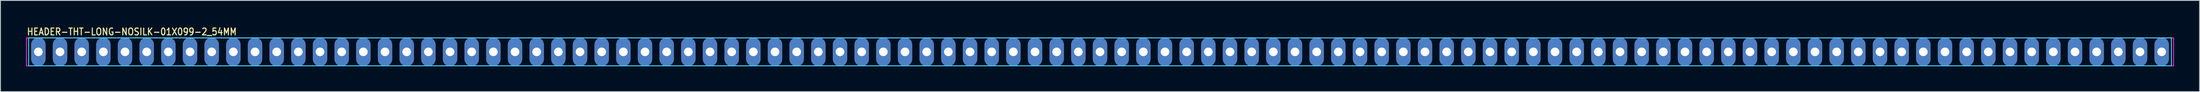
<source format=kicad_pcb>
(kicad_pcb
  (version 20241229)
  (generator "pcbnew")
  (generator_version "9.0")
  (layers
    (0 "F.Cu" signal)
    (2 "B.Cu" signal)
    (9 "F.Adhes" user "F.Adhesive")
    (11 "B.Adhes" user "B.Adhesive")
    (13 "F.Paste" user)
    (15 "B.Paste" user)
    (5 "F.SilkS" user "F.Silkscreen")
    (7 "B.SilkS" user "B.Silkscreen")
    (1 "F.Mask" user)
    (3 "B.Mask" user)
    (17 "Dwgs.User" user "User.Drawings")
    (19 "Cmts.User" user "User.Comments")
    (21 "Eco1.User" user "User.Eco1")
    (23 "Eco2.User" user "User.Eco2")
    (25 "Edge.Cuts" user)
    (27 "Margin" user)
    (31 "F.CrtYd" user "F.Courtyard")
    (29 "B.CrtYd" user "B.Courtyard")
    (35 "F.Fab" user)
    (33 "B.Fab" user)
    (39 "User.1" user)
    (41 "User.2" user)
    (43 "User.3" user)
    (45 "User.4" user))
  (footprint "HEADER-THT-LONG-NOSILK-01X099-2_54MM"
    (layer "F.Cu")
    (at 1.447 3.079)
    (property "Reference" "HEADER-THT-LONG-NOSILK-01X099-2_54MM" (at -1.4 -1.9 0) (unlocked yes) (layer "F.SilkS") (effects (font (size 0.813 0.695) (thickness 0.122)) (justify left bottom)))
    (fp_poly (pts (xy -1.143 -1.651) (xy 250.063 -1.651) (xy 250.063 1.651) (xy -1.143 1.651)) (stroke (width 0.1) (type solid)) (fill no) (layer "B.CrtYd"))
    (fp_poly (pts (xy -1.397 -1.651) (xy 250.317 -1.651) (xy 250.317 1.651) (xy -1.397 1.651)) (stroke (width 0.1) (type solid)) (fill no) (layer "F.CrtYd"))
    (pad "1" thru_hole oval (at 0 0 90) (size 3.387 1.693) (drill 1.016) (layers "*.Cu" "*.Mask"))
    (pad "2" thru_hole oval (at 2.54 0 90) (size 3.387 1.693) (drill 1.016) (layers "*.Cu" "*.Mask"))
    (pad "3" thru_hole oval (at 5.08 0 90) (size 3.387 1.693) (drill 1.016) (layers "*.Cu" "*.Mask"))
    (pad "4" thru_hole oval (at 7.62 0 90) (size 3.387 1.693) (drill 1.016) (layers "*.Cu" "*.Mask"))
    (pad "5" thru_hole oval (at 10.16 0 90) (size 3.387 1.693) (drill 1.016) (layers "*.Cu" "*.Mask"))
    (pad "6" thru_hole oval (at 12.7 0 90) (size 3.387 1.693) (drill 1.016) (layers "*.Cu" "*.Mask"))
    (pad "7" thru_hole oval (at 15.24 0 90) (size 3.387 1.693) (drill 1.016) (layers "*.Cu" "*.Mask"))
    (pad "8" thru_hole oval (at 17.78 0 90) (size 3.387 1.693) (drill 1.016) (layers "*.Cu" "*.Mask"))
    (pad "9" thru_hole oval (at 20.32 0 90) (size 3.387 1.693) (drill 1.016) (layers "*.Cu" "*.Mask"))
    (pad "10" thru_hole oval (at 22.86 0 90) (size 3.387 1.693) (drill 1.016) (layers "*.Cu" "*.Mask"))
    (pad "11" thru_hole oval (at 25.4 0 90) (size 3.387 1.693) (drill 1.016) (layers "*.Cu" "*.Mask"))
    (pad "12" thru_hole oval (at 27.94 0 90) (size 3.387 1.693) (drill 1.016) (layers "*.Cu" "*.Mask"))
    (pad "13" thru_hole oval (at 30.48 0 90) (size 3.387 1.693) (drill 1.016) (layers "*.Cu" "*.Mask"))
    (pad "14" thru_hole oval (at 33.02 0 90) (size 3.387 1.693) (drill 1.016) (layers "*.Cu" "*.Mask"))
    (pad "15" thru_hole oval (at 35.56 0 90) (size 3.387 1.693) (drill 1.016) (layers "*.Cu" "*.Mask"))
    (pad "16" thru_hole oval (at 38.1 0 90) (size 3.387 1.693) (drill 1.016) (layers "*.Cu" "*.Mask"))
    (pad "17" thru_hole oval (at 40.64 0 90) (size 3.387 1.693) (drill 1.016) (layers "*.Cu" "*.Mask"))
    (pad "18" thru_hole oval (at 43.18 0 90) (size 3.387 1.693) (drill 1.016) (layers "*.Cu" "*.Mask"))
    (pad "19" thru_hole oval (at 45.72 0 90) (size 3.387 1.693) (drill 1.016) (layers "*.Cu" "*.Mask"))
    (pad "20" thru_hole oval (at 48.26 0 90) (size 3.387 1.693) (drill 1.016) (layers "*.Cu" "*.Mask"))
    (pad "21" thru_hole oval (at 50.8 0 90) (size 3.387 1.693) (drill 1.016) (layers "*.Cu" "*.Mask"))
    (pad "22" thru_hole oval (at 53.34 0 90) (size 3.387 1.693) (drill 1.016) (layers "*.Cu" "*.Mask"))
    (pad "23" thru_hole oval (at 55.88 0 90) (size 3.387 1.693) (drill 1.016) (layers "*.Cu" "*.Mask"))
    (pad "24" thru_hole oval (at 58.42 0 90) (size 3.387 1.693) (drill 1.016) (layers "*.Cu" "*.Mask"))
    (pad "25" thru_hole oval (at 60.96 0 90) (size 3.387 1.693) (drill 1.016) (layers "*.Cu" "*.Mask"))
    (pad "26" thru_hole oval (at 63.5 0 90) (size 3.387 1.693) (drill 1.016) (layers "*.Cu" "*.Mask"))
    (pad "27" thru_hole oval (at 66.04 0 90) (size 3.387 1.693) (drill 1.016) (layers "*.Cu" "*.Mask"))
    (pad "28" thru_hole oval (at 68.58 0 90) (size 3.387 1.693) (drill 1.016) (layers "*.Cu" "*.Mask"))
    (pad "29" thru_hole oval (at 71.12 0 90) (size 3.387 1.693) (drill 1.016) (layers "*.Cu" "*.Mask"))
    (pad "30" thru_hole oval (at 73.66 0 90) (size 3.387 1.693) (drill 1.016) (layers "*.Cu" "*.Mask"))
    (pad "31" thru_hole oval (at 76.2 0 90) (size 3.387 1.693) (drill 1.016) (layers "*.Cu" "*.Mask"))
    (pad "32" thru_hole oval (at 78.74 0 90) (size 3.387 1.693) (drill 1.016) (layers "*.Cu" "*.Mask"))
    (pad "33" thru_hole oval (at 81.28 0 90) (size 3.387 1.693) (drill 1.016) (layers "*.Cu" "*.Mask"))
    (pad "34" thru_hole oval (at 83.82 0 90) (size 3.387 1.693) (drill 1.016) (layers "*.Cu" "*.Mask"))
    (pad "35" thru_hole oval (at 86.36 0 90) (size 3.387 1.693) (drill 1.016) (layers "*.Cu" "*.Mask"))
    (pad "36" thru_hole oval (at 88.9 0 90) (size 3.387 1.693) (drill 1.016) (layers "*.Cu" "*.Mask"))
    (pad "37" thru_hole oval (at 91.44 0 90) (size 3.387 1.693) (drill 1.016) (layers "*.Cu" "*.Mask"))
    (pad "38" thru_hole oval (at 93.98 0 90) (size 3.387 1.693) (drill 1.016) (layers "*.Cu" "*.Mask"))
    (pad "39" thru_hole oval (at 96.52 0 90) (size 3.387 1.693) (drill 1.016) (layers "*.Cu" "*.Mask"))
    (pad "40" thru_hole oval (at 99.06 0 90) (size 3.387 1.693) (drill 1.016) (layers "*.Cu" "*.Mask"))
    (pad "41" thru_hole oval (at 101.6 0 90) (size 3.387 1.693) (drill 1.016) (layers "*.Cu" "*.Mask"))
    (pad "42" thru_hole oval (at 104.14 0 90) (size 3.387 1.693) (drill 1.016) (layers "*.Cu" "*.Mask"))
    (pad "43" thru_hole oval (at 106.68 0 90) (size 3.387 1.693) (drill 1.016) (layers "*.Cu" "*.Mask"))
    (pad "44" thru_hole oval (at 109.22 0 90) (size 3.387 1.693) (drill 1.016) (layers "*.Cu" "*.Mask"))
    (pad "45" thru_hole oval (at 111.76 0 90) (size 3.387 1.693) (drill 1.016) (layers "*.Cu" "*.Mask"))
    (pad "46" thru_hole oval (at 114.3 0 90) (size 3.387 1.693) (drill 1.016) (layers "*.Cu" "*.Mask"))
    (pad "47" thru_hole oval (at 116.84 0 90) (size 3.387 1.693) (drill 1.016) (layers "*.Cu" "*.Mask"))
    (pad "48" thru_hole oval (at 119.38 0 90) (size 3.387 1.693) (drill 1.016) (layers "*.Cu" "*.Mask"))
    (pad "49" thru_hole oval (at 121.92 0 90) (size 3.387 1.693) (drill 1.016) (layers "*.Cu" "*.Mask"))
    (pad "50" thru_hole oval (at 124.46 0 90) (size 3.387 1.693) (drill 1.016) (layers "*.Cu" "*.Mask"))
    (pad "51" thru_hole oval (at 127 0 90) (size 3.387 1.693) (drill 1.016) (layers "*.Cu" "*.Mask"))
    (pad "52" thru_hole oval (at 129.54 0 90) (size 3.387 1.693) (drill 1.016) (layers "*.Cu" "*.Mask"))
    (pad "53" thru_hole oval (at 132.08 0 90) (size 3.387 1.693) (drill 1.016) (layers "*.Cu" "*.Mask"))
    (pad "54" thru_hole oval (at 134.62 0 90) (size 3.387 1.693) (drill 1.016) (layers "*.Cu" "*.Mask"))
    (pad "55" thru_hole oval (at 137.16 0 90) (size 3.387 1.693) (drill 1.016) (layers "*.Cu" "*.Mask"))
    (pad "56" thru_hole oval (at 139.7 0 90) (size 3.387 1.693) (drill 1.016) (layers "*.Cu" "*.Mask"))
    (pad "57" thru_hole oval (at 142.24 0 90) (size 3.387 1.693) (drill 1.016) (layers "*.Cu" "*.Mask"))
    (pad "58" thru_hole oval (at 144.78 0 90) (size 3.387 1.693) (drill 1.016) (layers "*.Cu" "*.Mask"))
    (pad "59" thru_hole oval (at 147.32 0 90) (size 3.387 1.693) (drill 1.016) (layers "*.Cu" "*.Mask"))
    (pad "60" thru_hole oval (at 149.86 0 90) (size 3.387 1.693) (drill 1.016) (layers "*.Cu" "*.Mask"))
    (pad "61" thru_hole oval (at 152.4 0 90) (size 3.387 1.693) (drill 1.016) (layers "*.Cu" "*.Mask"))
    (pad "62" thru_hole oval (at 154.94 0 90) (size 3.387 1.693) (drill 1.016) (layers "*.Cu" "*.Mask"))
    (pad "63" thru_hole oval (at 157.48 0 90) (size 3.387 1.693) (drill 1.016) (layers "*.Cu" "*.Mask"))
    (pad "64" thru_hole oval (at 160.02 0 90) (size 3.387 1.693) (drill 1.016) (layers "*.Cu" "*.Mask"))
    (pad "65" thru_hole oval (at 162.56 0 90) (size 3.387 1.693) (drill 1.016) (layers "*.Cu" "*.Mask"))
    (pad "66" thru_hole oval (at 165.1 0 90) (size 3.387 1.693) (drill 1.016) (layers "*.Cu" "*.Mask"))
    (pad "67" thru_hole oval (at 167.64 0 90) (size 3.387 1.693) (drill 1.016) (layers "*.Cu" "*.Mask"))
    (pad "68" thru_hole oval (at 170.18 0 90) (size 3.387 1.693) (drill 1.016) (layers "*.Cu" "*.Mask"))
    (pad "69" thru_hole oval (at 172.72 0 90) (size 3.387 1.693) (drill 1.016) (layers "*.Cu" "*.Mask"))
    (pad "70" thru_hole oval (at 175.26 0 90) (size 3.387 1.693) (drill 1.016) (layers "*.Cu" "*.Mask"))
    (pad "71" thru_hole oval (at 177.8 0 90) (size 3.387 1.693) (drill 1.016) (layers "*.Cu" "*.Mask"))
    (pad "72" thru_hole oval (at 180.34 0 90) (size 3.387 1.693) (drill 1.016) (layers "*.Cu" "*.Mask"))
    (pad "73" thru_hole oval (at 182.88 0 90) (size 3.387 1.693) (drill 1.016) (layers "*.Cu" "*.Mask"))
    (pad "74" thru_hole oval (at 185.42 0 90) (size 3.387 1.693) (drill 1.016) (layers "*.Cu" "*.Mask"))
    (pad "75" thru_hole oval (at 187.96 0 90) (size 3.387 1.693) (drill 1.016) (layers "*.Cu" "*.Mask"))
    (pad "76" thru_hole oval (at 190.5 0 90) (size 3.387 1.693) (drill 1.016) (layers "*.Cu" "*.Mask"))
    (pad "77" thru_hole oval (at 193.04 0 90) (size 3.387 1.693) (drill 1.016) (layers "*.Cu" "*.Mask"))
    (pad "78" thru_hole oval (at 195.58 0 90) (size 3.387 1.693) (drill 1.016) (layers "*.Cu" "*.Mask"))
    (pad "79" thru_hole oval (at 198.12 0 90) (size 3.387 1.693) (drill 1.016) (layers "*.Cu" "*.Mask"))
    (pad "80" thru_hole oval (at 200.66 0 90) (size 3.387 1.693) (drill 1.016) (layers "*.Cu" "*.Mask"))
    (pad "81" thru_hole oval (at 203.2 0 90) (size 3.387 1.693) (drill 1.016) (layers "*.Cu" "*.Mask"))
    (pad "82" thru_hole oval (at 205.74 0 90) (size 3.387 1.693) (drill 1.016) (layers "*.Cu" "*.Mask"))
    (pad "83" thru_hole oval (at 208.28 0 90) (size 3.387 1.693) (drill 1.016) (layers "*.Cu" "*.Mask"))
    (pad "84" thru_hole oval (at 210.82 0 90) (size 3.387 1.693) (drill 1.016) (layers "*.Cu" "*.Mask"))
    (pad "85" thru_hole oval (at 213.36 0 90) (size 3.387 1.693) (drill 1.016) (layers "*.Cu" "*.Mask"))
    (pad "86" thru_hole oval (at 215.9 0 90) (size 3.387 1.693) (drill 1.016) (layers "*.Cu" "*.Mask"))
    (pad "87" thru_hole oval (at 218.44 0 90) (size 3.387 1.693) (drill 1.016) (layers "*.Cu" "*.Mask"))
    (pad "88" thru_hole oval (at 220.98 0 90) (size 3.387 1.693) (drill 1.016) (layers "*.Cu" "*.Mask"))
    (pad "89" thru_hole oval (at 223.52 0 90) (size 3.387 1.693) (drill 1.016) (layers "*.Cu" "*.Mask"))
    (pad "90" thru_hole oval (at 226.06 0 90) (size 3.387 1.693) (drill 1.016) (layers "*.Cu" "*.Mask"))
    (pad "91" thru_hole oval (at 228.6 0 90) (size 3.387 1.693) (drill 1.016) (layers "*.Cu" "*.Mask"))
    (pad "92" thru_hole oval (at 231.14 0 90) (size 3.387 1.693) (drill 1.016) (layers "*.Cu" "*.Mask"))
    (pad "93" thru_hole oval (at 233.68 0 90) (size 3.387 1.693) (drill 1.016) (layers "*.Cu" "*.Mask"))
    (pad "94" thru_hole oval (at 236.22 0 90) (size 3.387 1.693) (drill 1.016) (layers "*.Cu" "*.Mask"))
    (pad "95" thru_hole oval (at 238.76 0 90) (size 3.387 1.693) (drill 1.016) (layers "*.Cu" "*.Mask"))
    (pad "96" thru_hole oval (at 241.3 0 90) (size 3.387 1.693) (drill 1.016) (layers "*.Cu" "*.Mask"))
    (pad "97" thru_hole oval (at 243.84 0 90) (size 3.387 1.693) (drill 1.016) (layers "*.Cu" "*.Mask"))
    (pad "98" thru_hole oval (at 246.38 0 90) (size 3.387 1.693) (drill 1.016) (layers "*.Cu" "*.Mask"))
    (pad "99" thru_hole oval (at 248.92 0 90) (size 3.387 1.693) (drill 1.016) (layers "*.Cu" "*.Mask")))
  (gr_rect
    (start -3 -3)
    (end 254.814 7.78)
    (stroke (width 0.1) (type default))
    (fill no)
    (layer "Edge.Cuts")))
</source>
